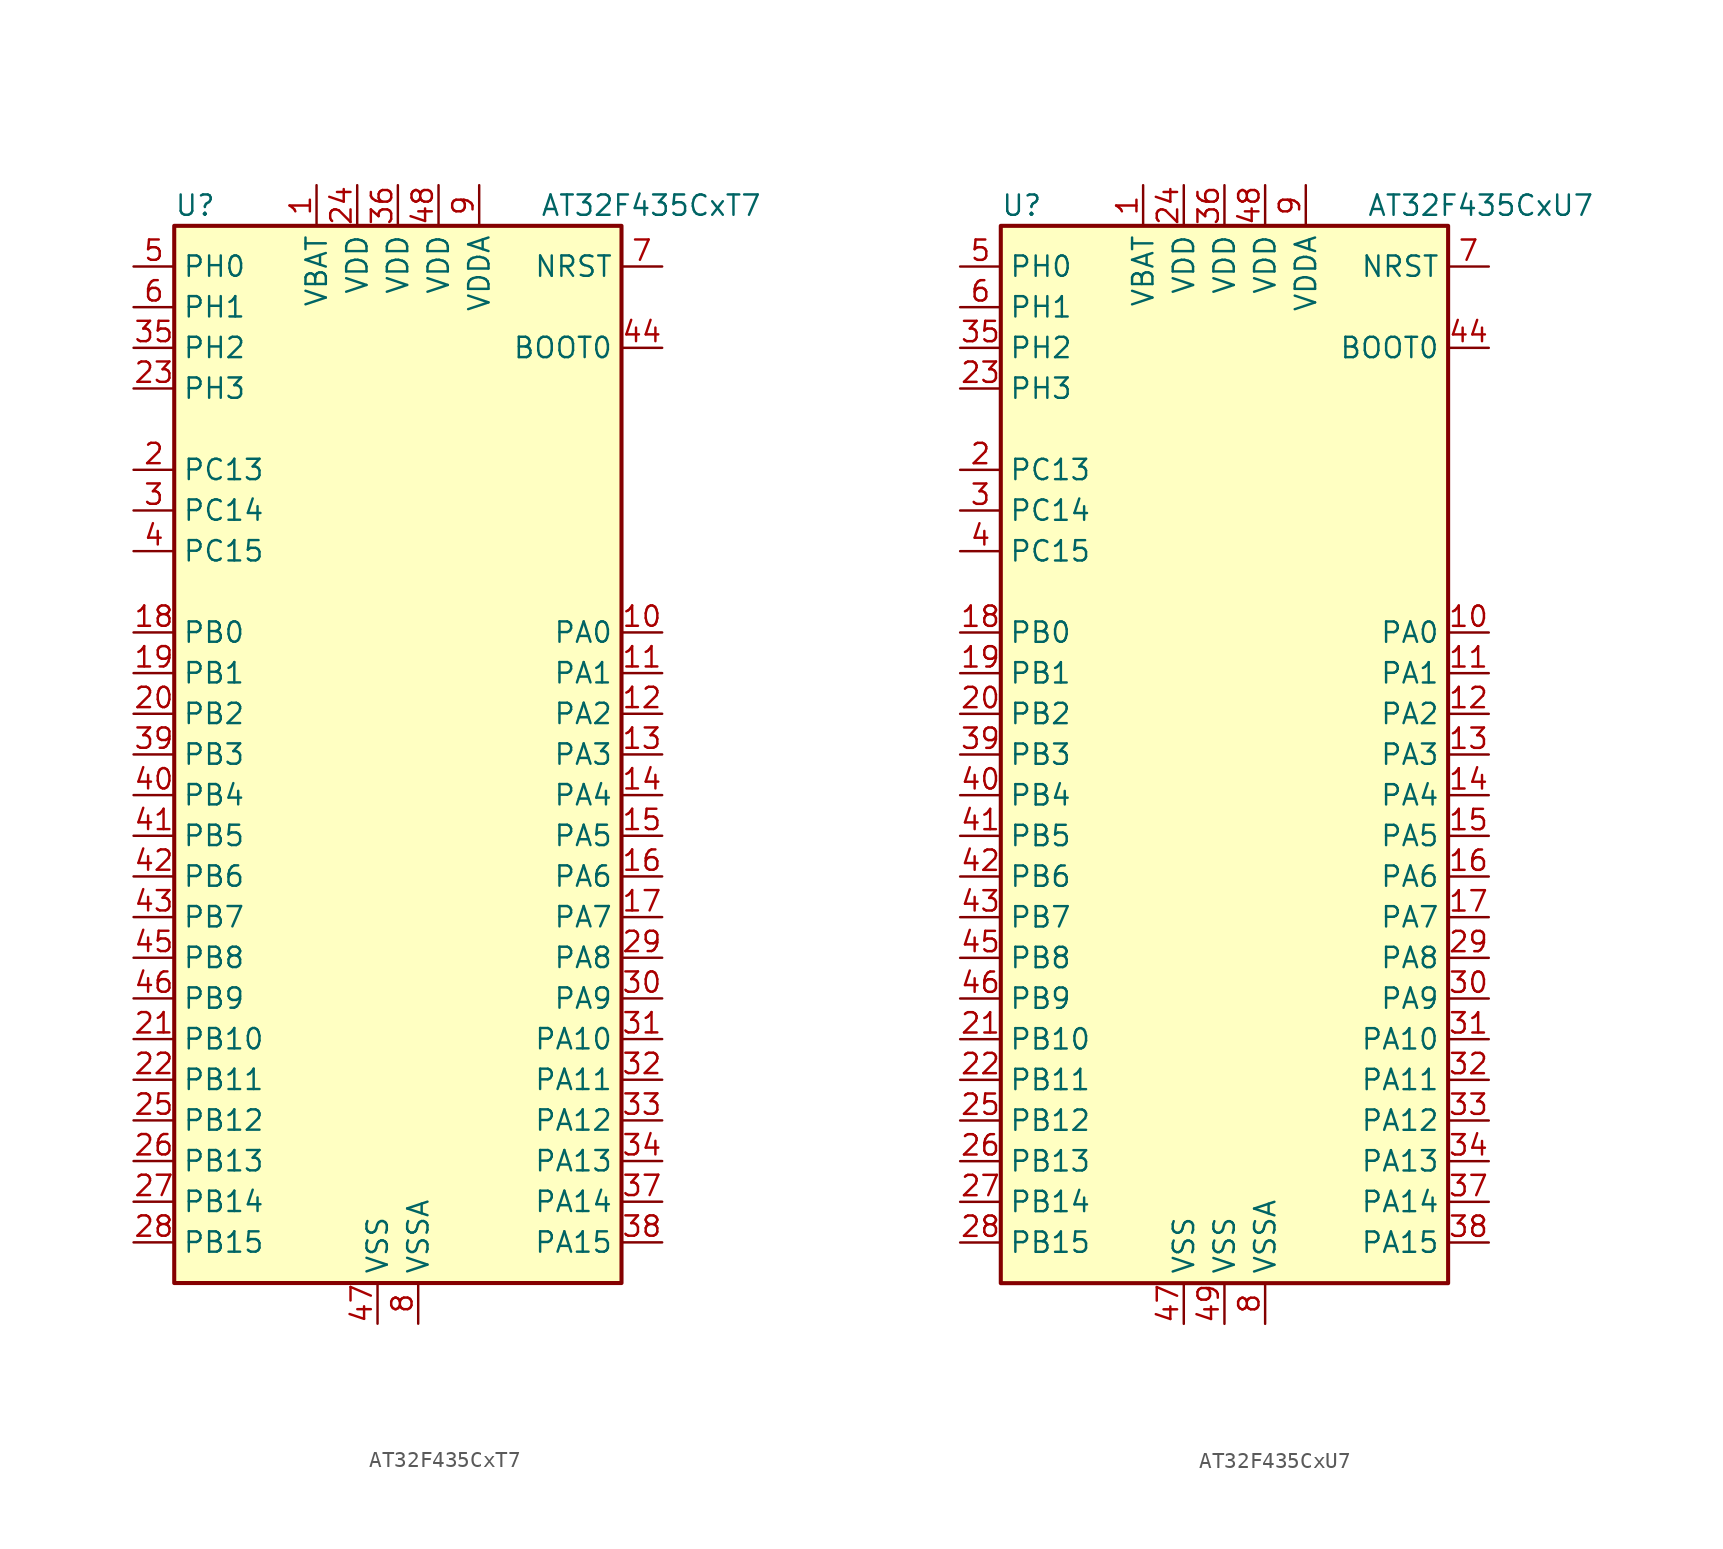
<source format=kicad_sym>
(kicad_symbol_lib
  (version 20220331)
  (generator kicad_symbol_editor)
  (symbol "AT32F435CxT7"
    (property "Reference" "U"
      (at -13.97 34.29 0)
      (effects (font (size 1.27 1.27)) (justify left)))
    (property "Value" "AT32F435CxT7"
      (at 8.89 34.29 0)
      (effects (font (size 1.27 1.27)) (justify left)))
    (symbol "AT32F435CxT7_0_1"
      (rectangle (start -13.97 33.02) (end 13.97 -33.02) (stroke (width 0.254) (type default)) (fill (type background))))
    (symbol "AT32F435CxT7_1_1"
      (pin power_in line (at -5.08 35.56 270) (length 2.54) (name "VBAT" (effects (font (size 1.27 1.27)))) (number "1" (effects (font (size 1.27 1.27)))))
      (pin bidirectional line (at 16.51 7.62 180) (length 2.54) (name "PA0" (effects (font (size 1.27 1.27)))) (number "10" (effects (font (size 1.27 1.27)))))
      (pin bidirectional line (at 16.51 5.08 180) (length 2.54) (name "PA1" (effects (font (size 1.27 1.27)))) (number "11" (effects (font (size 1.27 1.27)))))
      (pin bidirectional line (at 16.51 2.54 180) (length 2.54) (name "PA2" (effects (font (size 1.27 1.27)))) (number "12" (effects (font (size 1.27 1.27)))))
      (pin bidirectional line (at 16.51 0 180) (length 2.54) (name "PA3" (effects (font (size 1.27 1.27)))) (number "13" (effects (font (size 1.27 1.27)))))
      (pin bidirectional line (at 16.51 -2.54 180) (length 2.54) (name "PA4" (effects (font (size 1.27 1.27)))) (number "14" (effects (font (size 1.27 1.27)))))
      (pin bidirectional line (at 16.51 -5.08 180) (length 2.54) (name "PA5" (effects (font (size 1.27 1.27)))) (number "15" (effects (font (size 1.27 1.27)))))
      (pin bidirectional line (at 16.51 -7.62 180) (length 2.54) (name "PA6" (effects (font (size 1.27 1.27)))) (number "16" (effects (font (size 1.27 1.27)))))
      (pin bidirectional line (at 16.51 -10.16 180) (length 2.54) (name "PA7" (effects (font (size 1.27 1.27)))) (number "17" (effects (font (size 1.27 1.27)))))
      (pin bidirectional line (at -16.51 7.62 0) (length 2.54) (name "PB0" (effects (font (size 1.27 1.27)))) (number "18" (effects (font (size 1.27 1.27)))))
      (pin bidirectional line (at -16.51 5.08 0) (length 2.54) (name "PB1" (effects (font (size 1.27 1.27)))) (number "19" (effects (font (size 1.27 1.27)))))
      (pin bidirectional line (at -16.51 17.78 0) (length 2.54) (name "PC13" (effects (font (size 1.27 1.27)))) (number "2" (effects (font (size 1.27 1.27)))))
      (pin bidirectional line (at -16.51 2.54 0) (length 2.54) (name "PB2" (effects (font (size 1.27 1.27)))) (number "20" (effects (font (size 1.27 1.27)))))
      (pin bidirectional line (at -16.51 -17.78 0) (length 2.54) (name "PB10" (effects (font (size 1.27 1.27)))) (number "21" (effects (font (size 1.27 1.27)))))
      (pin bidirectional line (at -16.51 -20.32 0) (length 2.54) (name "PB11" (effects (font (size 1.27 1.27)))) (number "22" (effects (font (size 1.27 1.27)))))
      (pin bidirectional line (at -16.51 22.86 0) (length 2.54) (name "PH3" (effects (font (size 1.27 1.27)))) (number "23" (effects (font (size 1.27 1.27)))))
      (pin power_in line (at -2.54 35.56 270) (length 2.54) (name "VDD" (effects (font (size 1.27 1.27)))) (number "24" (effects (font (size 1.27 1.27)))))
      (pin bidirectional line (at -16.51 -22.86 0) (length 2.54) (name "PB12" (effects (font (size 1.27 1.27)))) (number "25" (effects (font (size 1.27 1.27)))))
      (pin bidirectional line (at -16.51 -25.4 0) (length 2.54) (name "PB13" (effects (font (size 1.27 1.27)))) (number "26" (effects (font (size 1.27 1.27)))))
      (pin bidirectional line (at -16.51 -27.94 0) (length 2.54) (name "PB14" (effects (font (size 1.27 1.27)))) (number "27" (effects (font (size 1.27 1.27)))))
      (pin bidirectional line (at -16.51 -30.48 0) (length 2.54) (name "PB15" (effects (font (size 1.27 1.27)))) (number "28" (effects (font (size 1.27 1.27)))))
      (pin bidirectional line (at 16.51 -12.7 180) (length 2.54) (name "PA8" (effects (font (size 1.27 1.27)))) (number "29" (effects (font (size 1.27 1.27)))))
      (pin bidirectional line (at -16.51 15.24 0) (length 2.54) (name "PC14" (effects (font (size 1.27 1.27)))) (number "3" (effects (font (size 1.27 1.27)))))
      (pin bidirectional line (at 16.51 -15.24 180) (length 2.54) (name "PA9" (effects (font (size 1.27 1.27)))) (number "30" (effects (font (size 1.27 1.27)))))
      (pin bidirectional line (at 16.51 -17.78 180) (length 2.54) (name "PA10" (effects (font (size 1.27 1.27)))) (number "31" (effects (font (size 1.27 1.27)))))
      (pin bidirectional line (at 16.51 -20.32 180) (length 2.54) (name "PA11" (effects (font (size 1.27 1.27)))) (number "32" (effects (font (size 1.27 1.27)))))
      (pin bidirectional line (at 16.51 -22.86 180) (length 2.54) (name "PA12" (effects (font (size 1.27 1.27)))) (number "33" (effects (font (size 1.27 1.27)))))
      (pin bidirectional line (at 16.51 -25.4 180) (length 2.54) (name "PA13" (effects (font (size 1.27 1.27)))) (number "34" (effects (font (size 1.27 1.27)))))
      (pin bidirectional line (at -16.51 25.4 0) (length 2.54) (name "PH2" (effects (font (size 1.27 1.27)))) (number "35" (effects (font (size 1.27 1.27)))))
      (pin power_in line (at 0 35.56 270) (length 2.54) (name "VDD" (effects (font (size 1.27 1.27)))) (number "36" (effects (font (size 1.27 1.27)))))
      (pin bidirectional line (at 16.51 -27.94 180) (length 2.54) (name "PA14" (effects (font (size 1.27 1.27)))) (number "37" (effects (font (size 1.27 1.27)))))
      (pin bidirectional line (at 16.51 -30.48 180) (length 2.54) (name "PA15" (effects (font (size 1.27 1.27)))) (number "38" (effects (font (size 1.27 1.27)))))
      (pin bidirectional line (at -16.51 0 0) (length 2.54) (name "PB3" (effects (font (size 1.27 1.27)))) (number "39" (effects (font (size 1.27 1.27)))))
      (pin bidirectional line (at -16.51 12.7 0) (length 2.54) (name "PC15" (effects (font (size 1.27 1.27)))) (number "4" (effects (font (size 1.27 1.27)))))
      (pin bidirectional line (at -16.51 -2.54 0) (length 2.54) (name "PB4" (effects (font (size 1.27 1.27)))) (number "40" (effects (font (size 1.27 1.27)))))
      (pin bidirectional line (at -16.51 -5.08 0) (length 2.54) (name "PB5" (effects (font (size 1.27 1.27)))) (number "41" (effects (font (size 1.27 1.27)))))
      (pin bidirectional line (at -16.51 -7.62 0) (length 2.54) (name "PB6" (effects (font (size 1.27 1.27)))) (number "42" (effects (font (size 1.27 1.27)))))
      (pin bidirectional line (at -16.51 -10.16 0) (length 2.54) (name "PB7" (effects (font (size 1.27 1.27)))) (number "43" (effects (font (size 1.27 1.27)))))
      (pin input line (at 16.51 25.4 180) (length 2.54) (name "BOOT0" (effects (font (size 1.27 1.27)))) (number "44" (effects (font (size 1.27 1.27)))))
      (pin bidirectional line (at -16.51 -12.7 0) (length 2.54) (name "PB8" (effects (font (size 1.27 1.27)))) (number "45" (effects (font (size 1.27 1.27)))))
      (pin bidirectional line (at -16.51 -15.24 0) (length 2.54) (name "PB9" (effects (font (size 1.27 1.27)))) (number "46" (effects (font (size 1.27 1.27)))))
      (pin power_in line (at -1.27 -35.56 90) (length 2.54) (name "VSS" (effects (font (size 1.27 1.27)))) (number "47" (effects (font (size 1.27 1.27)))))
      (pin power_in line (at 2.54 35.56 270) (length 2.54) (name "VDD" (effects (font (size 1.27 1.27)))) (number "48" (effects (font (size 1.27 1.27)))))
      (pin input line (at -16.51 30.48 0) (length 2.54) (name "PH0" (effects (font (size 1.27 1.27)))) (number "5" (effects (font (size 1.27 1.27)))))
      (pin input line (at -16.51 27.94 0) (length 2.54) (name "PH1" (effects (font (size 1.27 1.27)))) (number "6" (effects (font (size 1.27 1.27)))))
      (pin input line (at 16.51 30.48 180) (length 2.54) (name "NRST" (effects (font (size 1.27 1.27)))) (number "7" (effects (font (size 1.27 1.27)))))
      (pin power_in line (at 1.27 -35.56 90) (length 2.54) (name "VSSA" (effects (font (size 1.27 1.27)))) (number "8" (effects (font (size 1.27 1.27)))))
      (pin power_in line (at 5.08 35.56 270) (length 2.54) (name "VDDA" (effects (font (size 1.27 1.27)))) (number "9" (effects (font (size 1.27 1.27)))))))
  (symbol "AT32F435CxU7"
    (property "Reference" "U"
      (at -13.97 34.29 0)
      (effects (font (size 1.27 1.27)) (justify left)))
    (property "Value" "AT32F435CxU7"
      (at 8.89 34.29 0)
      (effects (font (size 1.27 1.27)) (justify left)))
    (symbol "AT32F435CxU7_0_1"
      (rectangle (start -13.97 33.02) (end 13.97 -33.02) (stroke (width 0.254) (type default)) (fill (type background))))
    (symbol "AT32F435CxU7_1_1"
      (pin power_in line (at -5.08 35.56 270) (length 2.54) (name "VBAT" (effects (font (size 1.27 1.27)))) (number "1" (effects (font (size 1.27 1.27)))))
      (pin bidirectional line (at 16.51 7.62 180) (length 2.54) (name "PA0" (effects (font (size 1.27 1.27)))) (number "10" (effects (font (size 1.27 1.27)))))
      (pin bidirectional line (at 16.51 5.08 180) (length 2.54) (name "PA1" (effects (font (size 1.27 1.27)))) (number "11" (effects (font (size 1.27 1.27)))))
      (pin bidirectional line (at 16.51 2.54 180) (length 2.54) (name "PA2" (effects (font (size 1.27 1.27)))) (number "12" (effects (font (size 1.27 1.27)))))
      (pin bidirectional line (at 16.51 0 180) (length 2.54) (name "PA3" (effects (font (size 1.27 1.27)))) (number "13" (effects (font (size 1.27 1.27)))))
      (pin bidirectional line (at 16.51 -2.54 180) (length 2.54) (name "PA4" (effects (font (size 1.27 1.27)))) (number "14" (effects (font (size 1.27 1.27)))))
      (pin bidirectional line (at 16.51 -5.08 180) (length 2.54) (name "PA5" (effects (font (size 1.27 1.27)))) (number "15" (effects (font (size 1.27 1.27)))))
      (pin bidirectional line (at 16.51 -7.62 180) (length 2.54) (name "PA6" (effects (font (size 1.27 1.27)))) (number "16" (effects (font (size 1.27 1.27)))))
      (pin bidirectional line (at 16.51 -10.16 180) (length 2.54) (name "PA7" (effects (font (size 1.27 1.27)))) (number "17" (effects (font (size 1.27 1.27)))))
      (pin bidirectional line (at -16.51 7.62 0) (length 2.54) (name "PB0" (effects (font (size 1.27 1.27)))) (number "18" (effects (font (size 1.27 1.27)))))
      (pin bidirectional line (at -16.51 5.08 0) (length 2.54) (name "PB1" (effects (font (size 1.27 1.27)))) (number "19" (effects (font (size 1.27 1.27)))))
      (pin bidirectional line (at -16.51 17.78 0) (length 2.54) (name "PC13" (effects (font (size 1.27 1.27)))) (number "2" (effects (font (size 1.27 1.27)))))
      (pin bidirectional line (at -16.51 2.54 0) (length 2.54) (name "PB2" (effects (font (size 1.27 1.27)))) (number "20" (effects (font (size 1.27 1.27)))))
      (pin bidirectional line (at -16.51 -17.78 0) (length 2.54) (name "PB10" (effects (font (size 1.27 1.27)))) (number "21" (effects (font (size 1.27 1.27)))))
      (pin bidirectional line (at -16.51 -20.32 0) (length 2.54) (name "PB11" (effects (font (size 1.27 1.27)))) (number "22" (effects (font (size 1.27 1.27)))))
      (pin bidirectional line (at -16.51 22.86 0) (length 2.54) (name "PH3" (effects (font (size 1.27 1.27)))) (number "23" (effects (font (size 1.27 1.27)))))
      (pin power_in line (at -2.54 35.56 270) (length 2.54) (name "VDD" (effects (font (size 1.27 1.27)))) (number "24" (effects (font (size 1.27 1.27)))))
      (pin bidirectional line (at -16.51 -22.86 0) (length 2.54) (name "PB12" (effects (font (size 1.27 1.27)))) (number "25" (effects (font (size 1.27 1.27)))))
      (pin bidirectional line (at -16.51 -25.4 0) (length 2.54) (name "PB13" (effects (font (size 1.27 1.27)))) (number "26" (effects (font (size 1.27 1.27)))))
      (pin bidirectional line (at -16.51 -27.94 0) (length 2.54) (name "PB14" (effects (font (size 1.27 1.27)))) (number "27" (effects (font (size 1.27 1.27)))))
      (pin bidirectional line (at -16.51 -30.48 0) (length 2.54) (name "PB15" (effects (font (size 1.27 1.27)))) (number "28" (effects (font (size 1.27 1.27)))))
      (pin bidirectional line (at 16.51 -12.7 180) (length 2.54) (name "PA8" (effects (font (size 1.27 1.27)))) (number "29" (effects (font (size 1.27 1.27)))))
      (pin bidirectional line (at -16.51 15.24 0) (length 2.54) (name "PC14" (effects (font (size 1.27 1.27)))) (number "3" (effects (font (size 1.27 1.27)))))
      (pin bidirectional line (at 16.51 -15.24 180) (length 2.54) (name "PA9" (effects (font (size 1.27 1.27)))) (number "30" (effects (font (size 1.27 1.27)))))
      (pin bidirectional line (at 16.51 -17.78 180) (length 2.54) (name "PA10" (effects (font (size 1.27 1.27)))) (number "31" (effects (font (size 1.27 1.27)))))
      (pin bidirectional line (at 16.51 -20.32 180) (length 2.54) (name "PA11" (effects (font (size 1.27 1.27)))) (number "32" (effects (font (size 1.27 1.27)))))
      (pin bidirectional line (at 16.51 -22.86 180) (length 2.54) (name "PA12" (effects (font (size 1.27 1.27)))) (number "33" (effects (font (size 1.27 1.27)))))
      (pin bidirectional line (at 16.51 -25.4 180) (length 2.54) (name "PA13" (effects (font (size 1.27 1.27)))) (number "34" (effects (font (size 1.27 1.27)))))
      (pin bidirectional line (at -16.51 25.4 0) (length 2.54) (name "PH2" (effects (font (size 1.27 1.27)))) (number "35" (effects (font (size 1.27 1.27)))))
      (pin power_in line (at 0 35.56 270) (length 2.54) (name "VDD" (effects (font (size 1.27 1.27)))) (number "36" (effects (font (size 1.27 1.27)))))
      (pin bidirectional line (at 16.51 -27.94 180) (length 2.54) (name "PA14" (effects (font (size 1.27 1.27)))) (number "37" (effects (font (size 1.27 1.27)))))
      (pin bidirectional line (at 16.51 -30.48 180) (length 2.54) (name "PA15" (effects (font (size 1.27 1.27)))) (number "38" (effects (font (size 1.27 1.27)))))
      (pin bidirectional line (at -16.51 0 0) (length 2.54) (name "PB3" (effects (font (size 1.27 1.27)))) (number "39" (effects (font (size 1.27 1.27)))))
      (pin bidirectional line (at -16.51 12.7 0) (length 2.54) (name "PC15" (effects (font (size 1.27 1.27)))) (number "4" (effects (font (size 1.27 1.27)))))
      (pin bidirectional line (at -16.51 -2.54 0) (length 2.54) (name "PB4" (effects (font (size 1.27 1.27)))) (number "40" (effects (font (size 1.27 1.27)))))
      (pin bidirectional line (at -16.51 -5.08 0) (length 2.54) (name "PB5" (effects (font (size 1.27 1.27)))) (number "41" (effects (font (size 1.27 1.27)))))
      (pin bidirectional line (at -16.51 -7.62 0) (length 2.54) (name "PB6" (effects (font (size 1.27 1.27)))) (number "42" (effects (font (size 1.27 1.27)))))
      (pin bidirectional line (at -16.51 -10.16 0) (length 2.54) (name "PB7" (effects (font (size 1.27 1.27)))) (number "43" (effects (font (size 1.27 1.27)))))
      (pin input line (at 16.51 25.4 180) (length 2.54) (name "BOOT0" (effects (font (size 1.27 1.27)))) (number "44" (effects (font (size 1.27 1.27)))))
      (pin bidirectional line (at -16.51 -12.7 0) (length 2.54) (name "PB8" (effects (font (size 1.27 1.27)))) (number "45" (effects (font (size 1.27 1.27)))))
      (pin bidirectional line (at -16.51 -15.24 0) (length 2.54) (name "PB9" (effects (font (size 1.27 1.27)))) (number "46" (effects (font (size 1.27 1.27)))))
      (pin power_in line (at -2.54 -35.56 90) (length 2.54) (name "VSS" (effects (font (size 1.27 1.27)))) (number "47" (effects (font (size 1.27 1.27)))))
      (pin power_in line (at 2.54 35.56 270) (length 2.54) (name "VDD" (effects (font (size 1.27 1.27)))) (number "48" (effects (font (size 1.27 1.27)))))
      (pin power_in line (at 0 -35.56 90) (length 2.54) (name "VSS" (effects (font (size 1.27 1.27)))) (number "49" (effects (font (size 1.27 1.27)))))
      (pin input line (at -16.51 30.48 0) (length 2.54) (name "PH0" (effects (font (size 1.27 1.27)))) (number "5" (effects (font (size 1.27 1.27)))))
      (pin input line (at -16.51 27.94 0) (length 2.54) (name "PH1" (effects (font (size 1.27 1.27)))) (number "6" (effects (font (size 1.27 1.27)))))
      (pin input line (at 16.51 30.48 180) (length 2.54) (name "NRST" (effects (font (size 1.27 1.27)))) (number "7" (effects (font (size 1.27 1.27)))))
      (pin power_in line (at 2.54 -35.56 90) (length 2.54) (name "VSSA" (effects (font (size 1.27 1.27)))) (number "8" (effects (font (size 1.27 1.27)))))
      (pin power_in line (at 5.08 35.56 270) (length 2.54) (name "VDDA" (effects (font (size 1.27 1.27)))) (number "9" (effects (font (size 1.27 1.27))))))))
</source>
